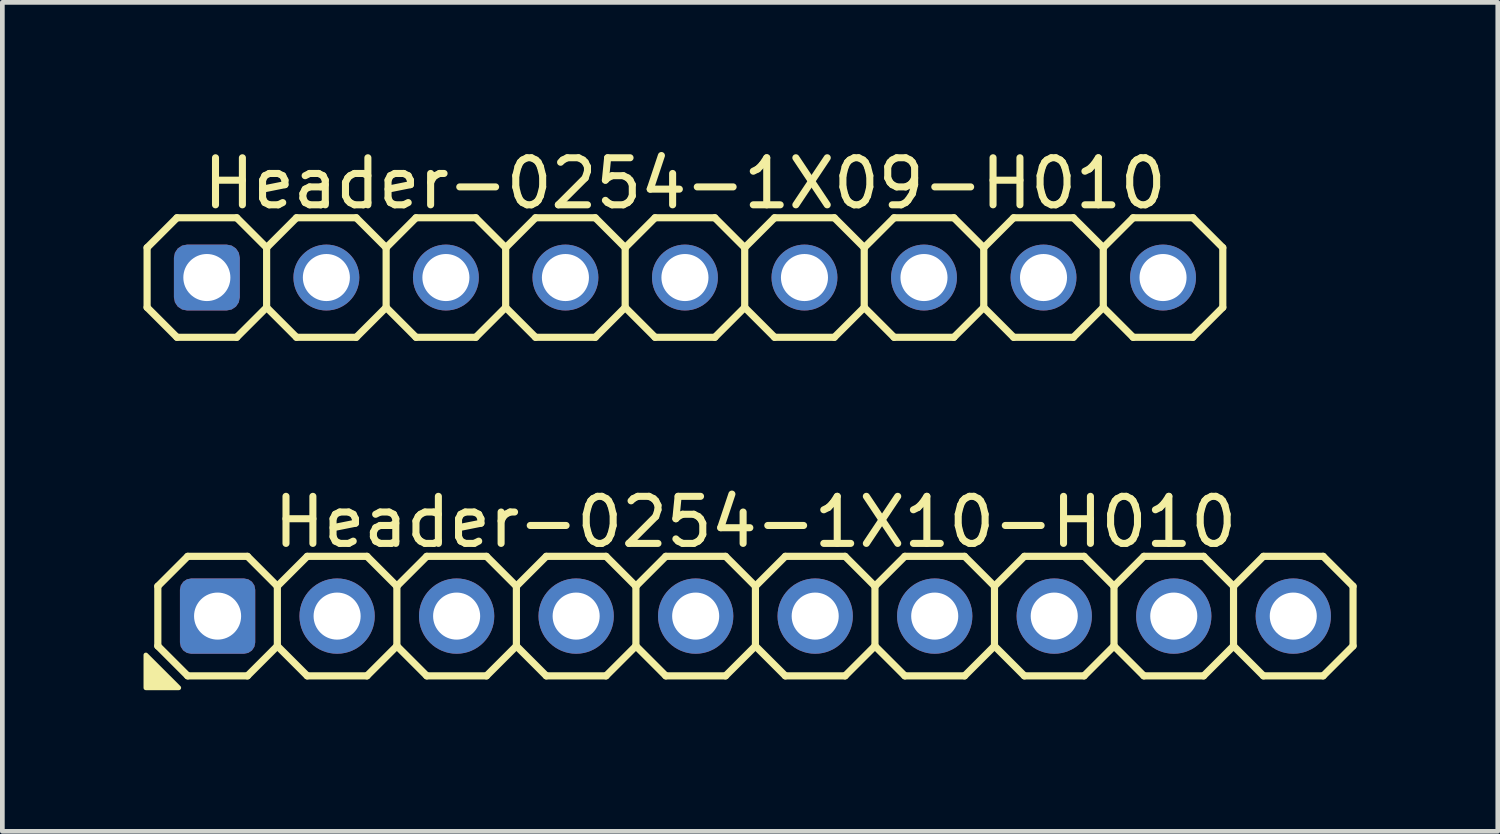
<source format=kicad_pcb>
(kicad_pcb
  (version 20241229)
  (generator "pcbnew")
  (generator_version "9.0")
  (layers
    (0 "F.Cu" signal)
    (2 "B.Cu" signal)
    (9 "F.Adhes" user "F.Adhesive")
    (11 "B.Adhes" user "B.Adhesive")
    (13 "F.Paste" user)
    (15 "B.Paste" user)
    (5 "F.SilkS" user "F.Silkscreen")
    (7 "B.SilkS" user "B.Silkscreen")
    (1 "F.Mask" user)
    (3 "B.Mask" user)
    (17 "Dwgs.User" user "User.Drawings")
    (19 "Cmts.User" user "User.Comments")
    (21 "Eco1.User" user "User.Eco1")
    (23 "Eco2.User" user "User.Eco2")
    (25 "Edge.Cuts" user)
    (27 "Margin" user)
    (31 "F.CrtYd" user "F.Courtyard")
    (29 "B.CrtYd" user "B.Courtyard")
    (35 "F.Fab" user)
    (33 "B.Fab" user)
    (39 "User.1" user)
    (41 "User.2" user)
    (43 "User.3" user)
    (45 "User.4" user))
  (footprint "Header-0254-1X09-H010"
    (layer "F.Cu")
    (at 11.506 2.848)
    (property "Reference" "Header-0254-1X09-H010" (at 0 -2 0) (layer "F.SilkS") (effects (font (size 1 1) (thickness 0.15))))
    (attr exclude_from_pos_files exclude_from_bom)
    (fp_line (start -11.43 -0.635) (end -11.43 0.635) (stroke (width 0.152) (type solid)) (layer "F.SilkS"))
    (fp_line (start -11.43 0.635) (end -10.795 1.27) (stroke (width 0.152) (type solid)) (layer "F.SilkS"))
    (fp_line (start -10.795 -1.27) (end -11.43 -0.635) (stroke (width 0.152) (type solid)) (layer "F.SilkS"))
    (fp_line (start -10.795 -1.27) (end -9.525 -1.27) (stroke (width 0.152) (type solid)) (layer "F.SilkS"))
    (fp_line (start -9.525 -1.27) (end -8.89 -0.635) (stroke (width 0.152) (type solid)) (layer "F.SilkS"))
    (fp_line (start -9.525 1.27) (end -10.795 1.27) (stroke (width 0.152) (type solid)) (layer "F.SilkS"))
    (fp_line (start -8.89 -0.635) (end -8.89 0.635) (stroke (width 0.152) (type solid)) (layer "F.SilkS"))
    (fp_line (start -8.89 -0.635) (end -8.255 -1.27) (stroke (width 0.152) (type solid)) (layer "F.SilkS"))
    (fp_line (start -8.89 0.635) (end -9.525 1.27) (stroke (width 0.152) (type solid)) (layer "F.SilkS"))
    (fp_line (start -8.255 -1.27) (end -6.985 -1.27) (stroke (width 0.152) (type solid)) (layer "F.SilkS"))
    (fp_line (start -8.255 1.27) (end -8.89 0.635) (stroke (width 0.152) (type solid)) (layer "F.SilkS"))
    (fp_line (start -6.985 -1.27) (end -6.35 -0.635) (stroke (width 0.152) (type solid)) (layer "F.SilkS"))
    (fp_line (start -6.985 1.27) (end -8.255 1.27) (stroke (width 0.152) (type solid)) (layer "F.SilkS"))
    (fp_line (start -6.35 -0.635) (end -6.35 0.635) (stroke (width 0.152) (type solid)) (layer "F.SilkS"))
    (fp_line (start -6.35 -0.635) (end -5.715 -1.27) (stroke (width 0.152) (type solid)) (layer "F.SilkS"))
    (fp_line (start -6.35 0.635) (end -6.985 1.27) (stroke (width 0.152) (type solid)) (layer "F.SilkS"))
    (fp_line (start -5.715 -1.27) (end -4.445 -1.27) (stroke (width 0.152) (type solid)) (layer "F.SilkS"))
    (fp_line (start -5.715 1.27) (end -6.35 0.635) (stroke (width 0.152) (type solid)) (layer "F.SilkS"))
    (fp_line (start -4.445 -1.27) (end -3.81 -0.635) (stroke (width 0.152) (type solid)) (layer "F.SilkS"))
    (fp_line (start -4.445 1.27) (end -5.715 1.27) (stroke (width 0.152) (type solid)) (layer "F.SilkS"))
    (fp_line (start -3.81 -0.635) (end -3.81 0.635) (stroke (width 0.152) (type solid)) (layer "F.SilkS"))
    (fp_line (start -3.81 0.635) (end -4.445 1.27) (stroke (width 0.152) (type solid)) (layer "F.SilkS"))
    (fp_line (start -3.81 0.635) (end -3.175 1.27) (stroke (width 0.152) (type solid)) (layer "F.SilkS"))
    (fp_line (start -3.175 -1.27) (end -3.81 -0.635) (stroke (width 0.152) (type solid)) (layer "F.SilkS"))
    (fp_line (start -3.175 -1.27) (end -1.905 -1.27) (stroke (width 0.152) (type solid)) (layer "F.SilkS"))
    (fp_line (start -1.905 -1.27) (end -1.27 -0.635) (stroke (width 0.152) (type solid)) (layer "F.SilkS"))
    (fp_line (start -1.905 1.27) (end -3.175 1.27) (stroke (width 0.152) (type solid)) (layer "F.SilkS"))
    (fp_line (start -1.27 -0.635) (end -1.27 0.635) (stroke (width 0.152) (type solid)) (layer "F.SilkS"))
    (fp_line (start -1.27 -0.635) (end -0.635 -1.27) (stroke (width 0.152) (type solid)) (layer "F.SilkS"))
    (fp_line (start -1.27 0.635) (end -1.905 1.27) (stroke (width 0.152) (type solid)) (layer "F.SilkS"))
    (fp_line (start -0.635 -1.27) (end 0.635 -1.27) (stroke (width 0.152) (type solid)) (layer "F.SilkS"))
    (fp_line (start -0.635 1.27) (end -1.27 0.635) (stroke (width 0.152) (type solid)) (layer "F.SilkS"))
    (fp_line (start 0.635 -1.27) (end 1.27 -0.635) (stroke (width 0.152) (type solid)) (layer "F.SilkS"))
    (fp_line (start 0.635 1.27) (end -0.635 1.27) (stroke (width 0.152) (type solid)) (layer "F.SilkS"))
    (fp_line (start 1.27 -0.635) (end 1.27 0.635) (stroke (width 0.152) (type solid)) (layer "F.SilkS"))
    (fp_line (start 1.27 -0.635) (end 1.905 -1.27) (stroke (width 0.152) (type solid)) (layer "F.SilkS"))
    (fp_line (start 1.27 0.635) (end 0.635 1.27) (stroke (width 0.152) (type solid)) (layer "F.SilkS"))
    (fp_line (start 1.905 -1.27) (end 3.175 -1.27) (stroke (width 0.152) (type solid)) (layer "F.SilkS"))
    (fp_line (start 1.905 1.27) (end 1.27 0.635) (stroke (width 0.152) (type solid)) (layer "F.SilkS"))
    (fp_line (start 3.175 -1.27) (end 3.81 -0.635) (stroke (width 0.152) (type solid)) (layer "F.SilkS"))
    (fp_line (start 3.175 1.27) (end 1.905 1.27) (stroke (width 0.152) (type solid)) (layer "F.SilkS"))
    (fp_line (start 3.81 -0.635) (end 3.81 0.635) (stroke (width 0.152) (type solid)) (layer "F.SilkS"))
    (fp_line (start 3.81 0.635) (end 3.175 1.27) (stroke (width 0.152) (type solid)) (layer "F.SilkS"))
    (fp_line (start 3.81 0.635) (end 4.445 1.27) (stroke (width 0.152) (type solid)) (layer "F.SilkS"))
    (fp_line (start 4.445 -1.27) (end 3.81 -0.635) (stroke (width 0.152) (type solid)) (layer "F.SilkS"))
    (fp_line (start 4.445 -1.27) (end 5.715 -1.27) (stroke (width 0.152) (type solid)) (layer "F.SilkS"))
    (fp_line (start 5.715 -1.27) (end 6.35 -0.635) (stroke (width 0.152) (type solid)) (layer "F.SilkS"))
    (fp_line (start 5.715 1.27) (end 4.445 1.27) (stroke (width 0.152) (type solid)) (layer "F.SilkS"))
    (fp_line (start 6.35 -0.635) (end 6.35 0.635) (stroke (width 0.152) (type solid)) (layer "F.SilkS"))
    (fp_line (start 6.35 -0.635) (end 6.985 -1.27) (stroke (width 0.152) (type solid)) (layer "F.SilkS"))
    (fp_line (start 6.35 0.635) (end 5.715 1.27) (stroke (width 0.152) (type solid)) (layer "F.SilkS"))
    (fp_line (start 6.985 -1.27) (end 8.255 -1.27) (stroke (width 0.152) (type solid)) (layer "F.SilkS"))
    (fp_line (start 6.985 1.27) (end 6.35 0.635) (stroke (width 0.152) (type solid)) (layer "F.SilkS"))
    (fp_line (start 8.255 -1.27) (end 8.89 -0.635) (stroke (width 0.152) (type solid)) (layer "F.SilkS"))
    (fp_line (start 8.255 1.27) (end 6.985 1.27) (stroke (width 0.152) (type solid)) (layer "F.SilkS"))
    (fp_line (start 8.89 -0.635) (end 8.89 0.635) (stroke (width 0.152) (type solid)) (layer "F.SilkS"))
    (fp_line (start 8.89 -0.635) (end 9.525 -1.27) (stroke (width 0.152) (type solid)) (layer "F.SilkS"))
    (fp_line (start 8.89 0.635) (end 8.255 1.27) (stroke (width 0.152) (type solid)) (layer "F.SilkS"))
    (fp_line (start 9.525 -1.27) (end 10.795 -1.27) (stroke (width 0.152) (type solid)) (layer "F.SilkS"))
    (fp_line (start 9.525 1.27) (end 8.89 0.635) (stroke (width 0.152) (type solid)) (layer "F.SilkS"))
    (fp_line (start 10.795 -1.27) (end 11.43 -0.635) (stroke (width 0.152) (type solid)) (layer "F.SilkS"))
    (fp_line (start 10.795 1.27) (end 9.525 1.27) (stroke (width 0.152) (type solid)) (layer "F.SilkS"))
    (fp_line (start 11.43 -0.635) (end 11.43 0.635) (stroke (width 0.152) (type solid)) (layer "F.SilkS"))
    (fp_line (start 11.43 0.635) (end 10.795 1.27) (stroke (width 0.152) (type solid)) (layer "F.SilkS"))
    (pad "1" thru_hole roundrect (at -10.16 0 180) (size 1.4 1.4) (drill 1) (layers "*.Cu" "*.Mask") (roundrect_rratio 0.2))
    (pad "2" thru_hole circle (at -7.62 0 180) (size 1.4 1.4) (drill 1) (layers "*.Cu" "*.Mask"))
    (pad "3" thru_hole circle (at -5.08 0 180) (size 1.4 1.4) (drill 1) (layers "*.Cu" "*.Mask"))
    (pad "4" thru_hole circle (at -2.54 0 180) (size 1.4 1.4) (drill 1) (layers "*.Cu" "*.Mask"))
    (pad "5" thru_hole circle (at 0 0 180) (size 1.4 1.4) (drill 1) (layers "*.Cu" "*.Mask"))
    (pad "6" thru_hole circle (at 2.54 0 180) (size 1.4 1.4) (drill 1) (layers "*.Cu" "*.Mask"))
    (pad "7" thru_hole circle (at 5.08 0 180) (size 1.4 1.4) (drill 1) (layers "*.Cu" "*.Mask"))
    (pad "8" thru_hole circle (at 7.62 0 180) (size 1.4 1.4) (drill 1) (layers "*.Cu" "*.Mask"))
    (pad "9" thru_hole circle (at 10.16 0 180) (size 1.4 1.4) (drill 1) (layers "*.Cu" "*.Mask")))
  (footprint "Header-0254-1X10-H010"
    (layer "F.Cu")
    (at 13.004 10.043)
    (property "Reference" "Header-0254-1X10-H010" (at 0 -2 0) (layer "F.SilkS") (effects (font (size 1 1) (thickness 0.15))))
    (attr exclude_from_pos_files exclude_from_bom)
    (fp_line (start -12.7 -0.635) (end -12.7 0.635) (stroke (width 0.152) (type solid)) (layer "F.SilkS"))
    (fp_line (start -12.7 0.635) (end -12.065 1.27) (stroke (width 0.152) (type solid)) (layer "F.SilkS"))
    (fp_line (start -12.065 -1.27) (end -12.7 -0.635) (stroke (width 0.152) (type solid)) (layer "F.SilkS"))
    (fp_line (start -12.065 -1.27) (end -10.795 -1.27) (stroke (width 0.152) (type solid)) (layer "F.SilkS"))
    (fp_line (start -10.795 -1.27) (end -10.16 -0.635) (stroke (width 0.152) (type solid)) (layer "F.SilkS"))
    (fp_line (start -10.795 1.27) (end -12.065 1.27) (stroke (width 0.152) (type solid)) (layer "F.SilkS"))
    (fp_line (start -10.16 -0.635) (end -10.16 0.635) (stroke (width 0.152) (type solid)) (layer "F.SilkS"))
    (fp_line (start -10.16 -0.635) (end -9.525 -1.27) (stroke (width 0.152) (type solid)) (layer "F.SilkS"))
    (fp_line (start -10.16 0.635) (end -10.795 1.27) (stroke (width 0.152) (type solid)) (layer "F.SilkS"))
    (fp_line (start -9.525 -1.27) (end -8.255 -1.27) (stroke (width 0.152) (type solid)) (layer "F.SilkS"))
    (fp_line (start -9.525 1.27) (end -10.16 0.635) (stroke (width 0.152) (type solid)) (layer "F.SilkS"))
    (fp_line (start -8.255 -1.27) (end -7.62 -0.635) (stroke (width 0.152) (type solid)) (layer "F.SilkS"))
    (fp_line (start -8.255 1.27) (end -9.525 1.27) (stroke (width 0.152) (type solid)) (layer "F.SilkS"))
    (fp_line (start -7.62 -0.635) (end -7.62 0.635) (stroke (width 0.152) (type solid)) (layer "F.SilkS"))
    (fp_line (start -7.62 -0.635) (end -6.985 -1.27) (stroke (width 0.152) (type solid)) (layer "F.SilkS"))
    (fp_line (start -7.62 0.635) (end -8.255 1.27) (stroke (width 0.152) (type solid)) (layer "F.SilkS"))
    (fp_line (start -6.985 -1.27) (end -5.715 -1.27) (stroke (width 0.152) (type solid)) (layer "F.SilkS"))
    (fp_line (start -6.985 1.27) (end -7.62 0.635) (stroke (width 0.152) (type solid)) (layer "F.SilkS"))
    (fp_line (start -5.715 -1.27) (end -5.08 -0.635) (stroke (width 0.152) (type solid)) (layer "F.SilkS"))
    (fp_line (start -5.715 1.27) (end -6.985 1.27) (stroke (width 0.152) (type solid)) (layer "F.SilkS"))
    (fp_line (start -5.08 -0.635) (end -5.08 0.635) (stroke (width 0.152) (type solid)) (layer "F.SilkS"))
    (fp_line (start -5.08 0.635) (end -5.715 1.27) (stroke (width 0.152) (type solid)) (layer "F.SilkS"))
    (fp_line (start -5.08 0.635) (end -4.445 1.27) (stroke (width 0.152) (type solid)) (layer "F.SilkS"))
    (fp_line (start -4.445 -1.27) (end -5.08 -0.635) (stroke (width 0.152) (type solid)) (layer "F.SilkS"))
    (fp_line (start -4.445 -1.27) (end -3.175 -1.27) (stroke (width 0.152) (type solid)) (layer "F.SilkS"))
    (fp_line (start -3.175 -1.27) (end -2.54 -0.635) (stroke (width 0.152) (type solid)) (layer "F.SilkS"))
    (fp_line (start -3.175 1.27) (end -4.445 1.27) (stroke (width 0.152) (type solid)) (layer "F.SilkS"))
    (fp_line (start -2.54 -0.635) (end -2.54 0.635) (stroke (width 0.152) (type solid)) (layer "F.SilkS"))
    (fp_line (start -2.54 -0.635) (end -1.905 -1.27) (stroke (width 0.152) (type solid)) (layer "F.SilkS"))
    (fp_line (start -2.54 0.635) (end -3.175 1.27) (stroke (width 0.152) (type solid)) (layer "F.SilkS"))
    (fp_line (start -1.905 -1.27) (end -0.635 -1.27) (stroke (width 0.152) (type solid)) (layer "F.SilkS"))
    (fp_line (start -1.905 1.27) (end -2.54 0.635) (stroke (width 0.152) (type solid)) (layer "F.SilkS"))
    (fp_line (start -0.635 -1.27) (end 0 -0.635) (stroke (width 0.152) (type solid)) (layer "F.SilkS"))
    (fp_line (start -0.635 1.27) (end -1.905 1.27) (stroke (width 0.152) (type solid)) (layer "F.SilkS"))
    (fp_line (start 0 -0.635) (end 0 0.635) (stroke (width 0.152) (type solid)) (layer "F.SilkS"))
    (fp_line (start 0 -0.635) (end 0.635 -1.27) (stroke (width 0.152) (type solid)) (layer "F.SilkS"))
    (fp_line (start 0 0.635) (end -0.635 1.27) (stroke (width 0.152) (type solid)) (layer "F.SilkS"))
    (fp_line (start 0.635 -1.27) (end 1.905 -1.27) (stroke (width 0.152) (type solid)) (layer "F.SilkS"))
    (fp_line (start 0.635 1.27) (end 0 0.635) (stroke (width 0.152) (type solid)) (layer "F.SilkS"))
    (fp_line (start 1.905 -1.27) (end 2.54 -0.635) (stroke (width 0.152) (type solid)) (layer "F.SilkS"))
    (fp_line (start 1.905 1.27) (end 0.635 1.27) (stroke (width 0.152) (type solid)) (layer "F.SilkS"))
    (fp_line (start 2.54 -0.635) (end 2.54 0.635) (stroke (width 0.152) (type solid)) (layer "F.SilkS"))
    (fp_line (start 2.54 0.635) (end 1.905 1.27) (stroke (width 0.152) (type solid)) (layer "F.SilkS"))
    (fp_line (start 2.54 0.635) (end 3.175 1.27) (stroke (width 0.152) (type solid)) (layer "F.SilkS"))
    (fp_line (start 3.175 -1.27) (end 2.54 -0.635) (stroke (width 0.152) (type solid)) (layer "F.SilkS"))
    (fp_line (start 3.175 -1.27) (end 4.445 -1.27) (stroke (width 0.152) (type solid)) (layer "F.SilkS"))
    (fp_line (start 4.445 -1.27) (end 5.08 -0.635) (stroke (width 0.152) (type solid)) (layer "F.SilkS"))
    (fp_line (start 4.445 1.27) (end 3.175 1.27) (stroke (width 0.152) (type solid)) (layer "F.SilkS"))
    (fp_line (start 5.08 -0.635) (end 5.08 0.635) (stroke (width 0.152) (type solid)) (layer "F.SilkS"))
    (fp_line (start 5.08 -0.635) (end 5.715 -1.27) (stroke (width 0.152) (type solid)) (layer "F.SilkS"))
    (fp_line (start 5.08 0.635) (end 4.445 1.27) (stroke (width 0.152) (type solid)) (layer "F.SilkS"))
    (fp_line (start 5.715 -1.27) (end 6.985 -1.27) (stroke (width 0.152) (type solid)) (layer "F.SilkS"))
    (fp_line (start 5.715 1.27) (end 5.08 0.635) (stroke (width 0.152) (type solid)) (layer "F.SilkS"))
    (fp_line (start 6.985 -1.27) (end 7.62 -0.635) (stroke (width 0.152) (type solid)) (layer "F.SilkS"))
    (fp_line (start 6.985 1.27) (end 5.715 1.27) (stroke (width 0.152) (type solid)) (layer "F.SilkS"))
    (fp_line (start 7.62 -0.635) (end 7.62 0.635) (stroke (width 0.152) (type solid)) (layer "F.SilkS"))
    (fp_line (start 7.62 -0.635) (end 8.255 -1.27) (stroke (width 0.152) (type solid)) (layer "F.SilkS"))
    (fp_line (start 7.62 0.635) (end 6.985 1.27) (stroke (width 0.152) (type solid)) (layer "F.SilkS"))
    (fp_line (start 8.255 -1.27) (end 9.525 -1.27) (stroke (width 0.152) (type solid)) (layer "F.SilkS"))
    (fp_line (start 8.255 1.27) (end 7.62 0.635) (stroke (width 0.152) (type solid)) (layer "F.SilkS"))
    (fp_line (start 9.525 -1.27) (end 10.16 -0.635) (stroke (width 0.152) (type solid)) (layer "F.SilkS"))
    (fp_line (start 9.525 1.27) (end 8.255 1.27) (stroke (width 0.152) (type solid)) (layer "F.SilkS"))
    (fp_line (start 10.16 -0.635) (end 10.16 0.635) (stroke (width 0.152) (type solid)) (layer "F.SilkS"))
    (fp_line (start 10.16 0.635) (end 9.525 1.27) (stroke (width 0.152) (type solid)) (layer "F.SilkS"))
    (fp_line (start 10.16 0.635) (end 10.795 1.27) (stroke (width 0.152) (type solid)) (layer "F.SilkS"))
    (fp_line (start 10.795 -1.27) (end 10.16 -0.635) (stroke (width 0.152) (type solid)) (layer "F.SilkS"))
    (fp_line (start 10.795 -1.27) (end 12.065 -1.27) (stroke (width 0.152) (type solid)) (layer "F.SilkS"))
    (fp_line (start 12.065 -1.27) (end 12.7 -0.635) (stroke (width 0.152) (type solid)) (layer "F.SilkS"))
    (fp_line (start 12.065 1.27) (end 10.795 1.27) (stroke (width 0.152) (type solid)) (layer "F.SilkS"))
    (fp_line (start 12.7 -0.635) (end 12.7 0.635) (stroke (width 0.152) (type solid)) (layer "F.SilkS"))
    (fp_line (start 12.7 0.635) (end 12.065 1.27) (stroke (width 0.152) (type solid)) (layer "F.SilkS"))
    (fp_poly (pts (xy -12.954 0.826) (xy -12.954 1.524) (xy -12.255 1.524)) (stroke (width 0.1) (type solid)) (fill yes) (layer "F.SilkS"))
    (pad "1" thru_hole roundrect (at -11.43 0 180) (size 1.6 1.6) (drill 1) (layers "*.Cu" "*.Mask") (roundrect_rratio 0.15))
    (pad "2" thru_hole circle (at -8.89 0 180) (size 1.6 1.6) (drill 1) (layers "*.Cu" "*.Mask"))
    (pad "3" thru_hole circle (at -6.35 0 180) (size 1.6 1.6) (drill 1) (layers "*.Cu" "*.Mask"))
    (pad "4" thru_hole circle (at -3.81 0 180) (size 1.6 1.6) (drill 1) (layers "*.Cu" "*.Mask"))
    (pad "5" thru_hole circle (at -1.27 0 180) (size 1.6 1.6) (drill 1) (layers "*.Cu" "*.Mask"))
    (pad "6" thru_hole circle (at 1.27 0 180) (size 1.6 1.6) (drill 1) (layers "*.Cu" "*.Mask"))
    (pad "7" thru_hole circle (at 3.81 0 180) (size 1.6 1.6) (drill 1) (layers "*.Cu" "*.Mask"))
    (pad "8" thru_hole circle (at 6.35 0 180) (size 1.6 1.6) (drill 1) (layers "*.Cu" "*.Mask"))
    (pad "9" thru_hole circle (at 8.89 0 180) (size 1.6 1.6) (drill 1) (layers "*.Cu" "*.Mask"))
    (pad "10" thru_hole circle (at 11.43 0 180) (size 1.6 1.6) (drill 1) (layers "*.Cu" "*.Mask")))
  (gr_rect
    (start -3 -3)
    (end 28.78 14.617)
    (stroke (width 0.1) (type default))
    (fill no)
    (layer "Edge.Cuts")))
</source>
